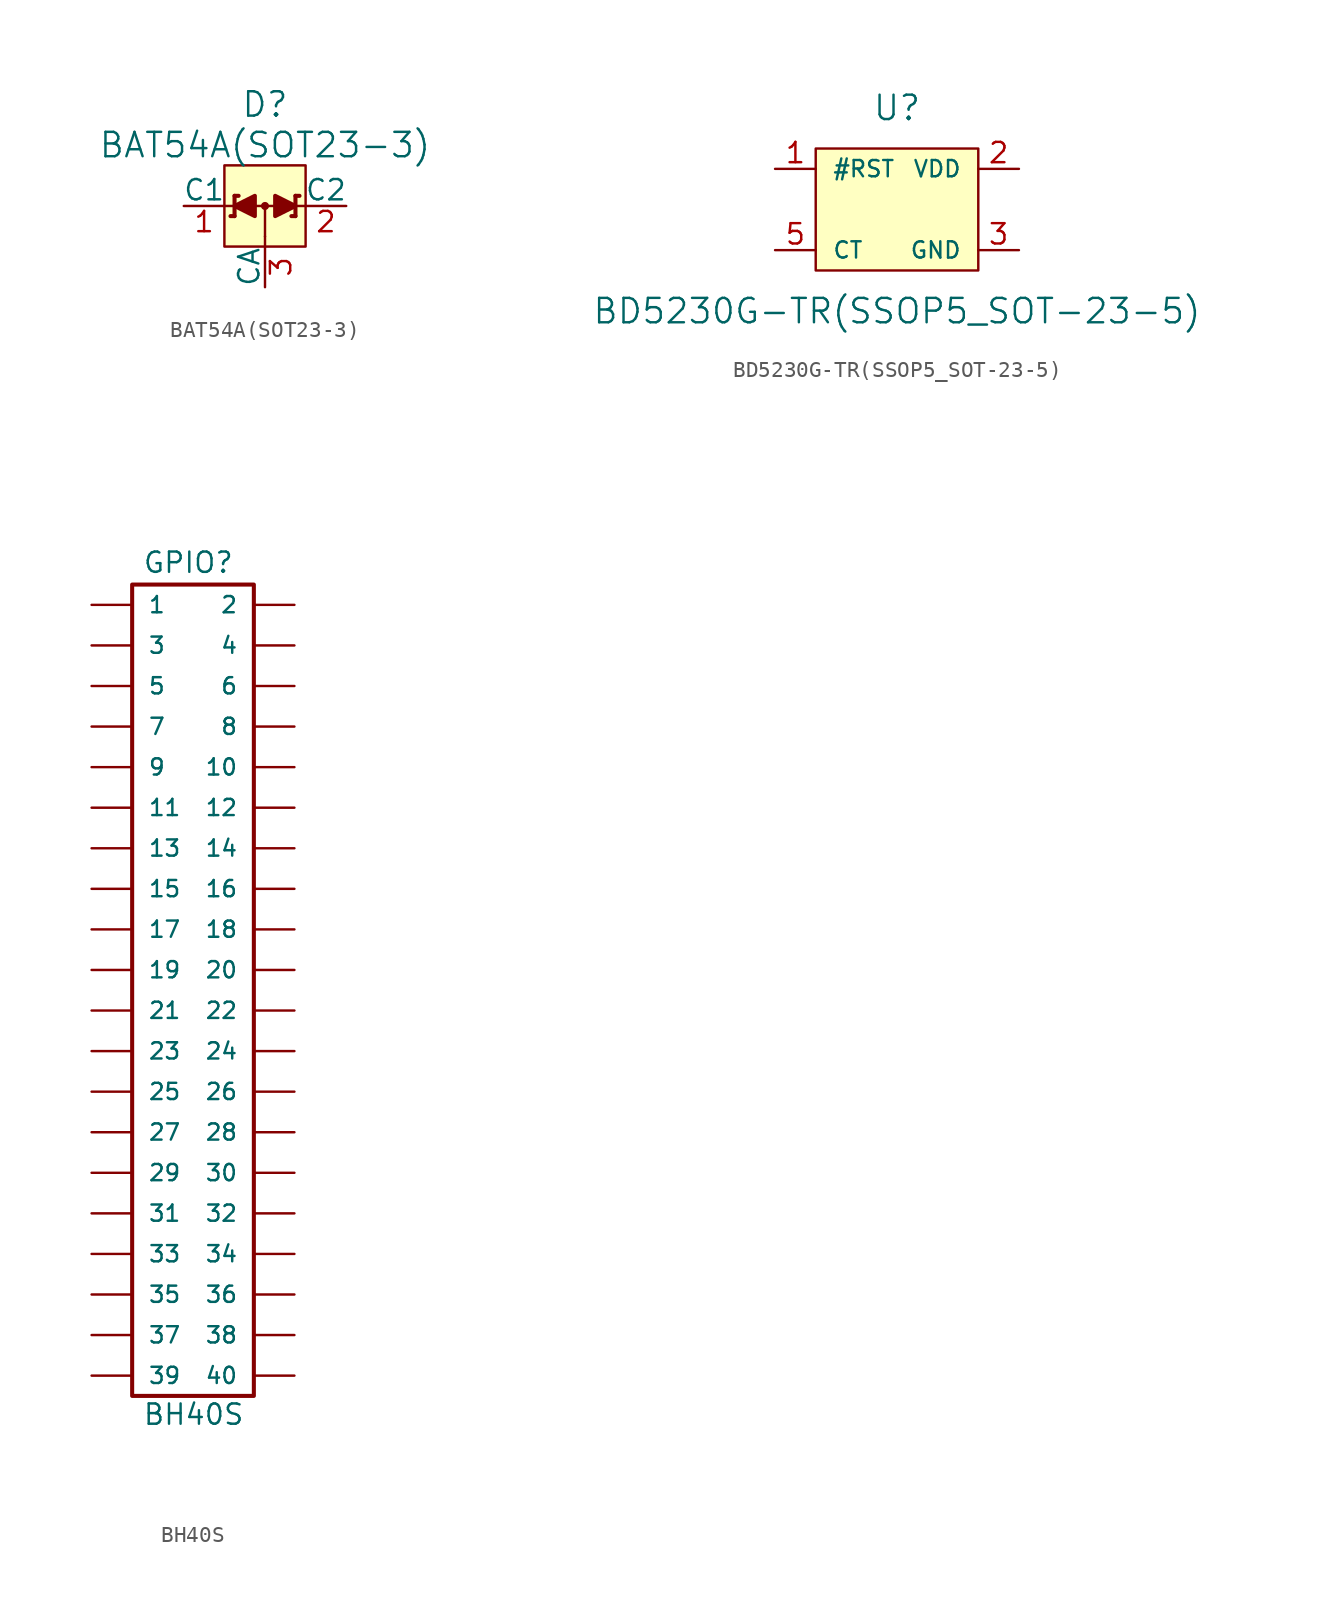
<source format=kicad_sym>
(kicad_symbol_lib
  (version 20231120)
  (generator "kicad_symbol_editor")
  (generator_version "8.0")
  (symbol "BAT54A(SOT23-3)"
    (pin_names
      (offset 0))
    (property "Reference" "D"
      (at 0 6.35 0)
      (effects (font (size 1.524 1.524))))
    (property "Value" "BAT54A(SOT23-3)"
      (at 0 3.81 0)
      (effects (font (size 1.524 1.524))))
    (symbol "BAT54A(SOT23-3)_0_1"
      (polyline (pts (xy -2.54 0) (xy 2.54 0)) (stroke (width 0) (type solid)) (fill (type none)))
      (polyline (pts (xy -1.905 -0.635) (xy -2.159 -0.635)) (stroke (width 0.254) (type solid)) (fill (type none)))
      (polyline (pts (xy -1.905 0.635) (xy -1.905 -0.635)) (stroke (width 0.254) (type solid)) (fill (type none)))
      (polyline (pts (xy -1.651 0.635) (xy -1.905 0.635)) (stroke (width 0.254) (type solid)) (fill (type none)))
      (polyline (pts (xy 0 -1.905) (xy 0 -2.54)) (stroke (width 0) (type solid)) (fill (type none)))
      (polyline (pts (xy 0 0) (xy 0 -1.905)) (stroke (width 0) (type solid)) (fill (type none)))
      (polyline (pts (xy 1.905 -0.635) (xy 1.651 -0.635)) (stroke (width 0.254) (type solid)) (fill (type none)))
      (polyline (pts (xy 1.905 0.635) (xy 1.905 -0.635)) (stroke (width 0.254) (type solid)) (fill (type none)))
      (polyline (pts (xy 2.159 0.635) (xy 1.905 0.635)) (stroke (width 0.254) (type solid)) (fill (type none)))
      (polyline (pts (xy -0.635 0.635) (xy -0.635 -0.635) (xy -1.905 0) (xy -0.635 0.635)) (stroke (width 0.254) (type solid)) (fill (type outline)))
      (polyline (pts (xy 0.635 0.635) (xy 0.635 -0.635) (xy 1.905 0) (xy 0.635 0.635)) (stroke (width 0.254) (type solid)) (fill (type outline)))
      (polyline (pts (xy -2.54 2.54) (xy 2.54 2.54) (xy 2.54 -2.54) (xy -2.54 -2.54) (xy -2.54 2.54)) (stroke (width 0) (type solid)) (fill (type background)))
      (circle (center 0 0) (radius 0.127) (stroke (width 0.254) (type solid)) (fill (type none))))
    (symbol "BAT54A(SOT23-3)_1_1"
      (pin passive line (at -5.08 0 0) (length 2.54) (name "C1" (effects (font (size 1.27 1.27)))) (number "1" (effects (font (size 1.27 1.27)))))
      (pin passive line (at 5.08 0 180) (length 2.54) (name "C2" (effects (font (size 1.27 1.27)))) (number "2" (effects (font (size 1.27 1.27)))))
      (pin passive line (at 0 -5.08 90) (length 2.54) (name "CA" (effects (font (size 1.27 1.27)))) (number "3" (effects (font (size 1.27 1.27)))))))
  (symbol "BD5230G-TR(SSOP5_SOT-23-5)"
    (pin_names
      (offset 1.016))
    (property "Reference" "U"
      (at 0 6.35 0)
      (effects (font (size 1.524 1.524))))
    (property "Value" "BD5230G-TR(SSOP5_SOT-23-5)"
      (at 0 -6.35 0)
      (effects (font (size 1.524 1.524))))
    (symbol "BD5230G-TR(SSOP5_SOT-23-5)_0_1"
      (rectangle (start -5.08 3.81) (end 5.08 -3.81) (stroke (width 0) (type solid)) (fill (type background))))
    (symbol "BD5230G-TR(SSOP5_SOT-23-5)_1_1"
      (pin open_collector line (at -7.62 2.54 0) (length 2.54) (name "#RST" (effects (font (size 1.016 1.016)))) (number "1" (effects (font (size 1.27 1.27)))))
      (pin power_in line (at 7.62 2.54 180) (length 2.54) (name "VDD" (effects (font (size 1.016 1.016)))) (number "2" (effects (font (size 1.27 1.27)))))
      (pin power_in line (at 7.62 -2.54 180) (length 2.54) (name "GND" (effects (font (size 1.016 1.016)))) (number "3" (effects (font (size 1.27 1.27)))))
      (pin passive line (at -7.62 -2.54 0) (length 2.54) (name "CT" (effects (font (size 1.016 1.016)))) (number "5" (effects (font (size 1.27 1.27)))))))
  (symbol "BH40S"
    (pin_numbers hide)
    (pin_names
      (offset 1.016))
    (property "Reference" "GPIO"
      (at -4.445 27.305 0)
      (effects (font (size 1.27 1.27)) (justify left bottom)))
    (property "Value" "BH40S"
      (at -4.445 -26.035 0)
      (effects (font (size 1.27 1.27)) (justify left bottom)))
    (property "Datasheet" ""
      (at 0 2.54 0)
      (effects (font (size 1.524 1.524))))
    (property "ki_locked" ""
      (at 0 0 0)
      (effects (font (size 1.27 1.27))))
    (symbol "BH40S_1_0"
      (rectangle (start 2.54 -24.13) (end -5.08 26.67) (stroke (width 0.254) (type solid)) (fill (type none))))
    (symbol "BH40S_1_1"
      (pin passive line (at -7.62 25.4 0) (length 2.489) (name "1" (effects (font (size 1.016 1.016)))) (number "1" (effects (font (size 1.016 1.016)))))
      (pin passive line (at 5.08 15.24 180) (length 2.489) (name "10" (effects (font (size 1.016 1.016)))) (number "10" (effects (font (size 1.016 1.016)))))
      (pin passive line (at -7.62 12.7 0) (length 2.489) (name "11" (effects (font (size 1.016 1.016)))) (number "11" (effects (font (size 1.016 1.016)))))
      (pin passive line (at 5.08 12.7 180) (length 2.489) (name "12" (effects (font (size 1.016 1.016)))) (number "12" (effects (font (size 1.016 1.016)))))
      (pin passive line (at -7.62 10.16 0) (length 2.489) (name "13" (effects (font (size 1.016 1.016)))) (number "13" (effects (font (size 1.016 1.016)))))
      (pin passive line (at 5.08 10.16 180) (length 2.489) (name "14" (effects (font (size 1.016 1.016)))) (number "14" (effects (font (size 1.016 1.016)))))
      (pin passive line (at -7.62 7.62 0) (length 2.489) (name "15" (effects (font (size 1.016 1.016)))) (number "15" (effects (font (size 1.016 1.016)))))
      (pin passive line (at 5.08 7.62 180) (length 2.489) (name "16" (effects (font (size 1.016 1.016)))) (number "16" (effects (font (size 1.016 1.016)))))
      (pin passive line (at -7.62 5.08 0) (length 2.489) (name "17" (effects (font (size 1.016 1.016)))) (number "17" (effects (font (size 1.016 1.016)))))
      (pin passive line (at 5.08 5.08 180) (length 2.489) (name "18" (effects (font (size 1.016 1.016)))) (number "18" (effects (font (size 1.016 1.016)))))
      (pin passive line (at -7.62 2.54 0) (length 2.489) (name "19" (effects (font (size 1.016 1.016)))) (number "19" (effects (font (size 1.016 1.016)))))
      (pin passive line (at 5.08 25.4 180) (length 2.489) (name "2" (effects (font (size 1.016 1.016)))) (number "2" (effects (font (size 1.016 1.016)))))
      (pin passive line (at 5.08 2.54 180) (length 2.489) (name "20" (effects (font (size 1.016 1.016)))) (number "20" (effects (font (size 1.016 1.016)))))
      (pin passive line (at -7.62 0 0) (length 2.489) (name "21" (effects (font (size 1.016 1.016)))) (number "21" (effects (font (size 1.016 1.016)))))
      (pin passive line (at 5.08 0 180) (length 2.489) (name "22" (effects (font (size 1.016 1.016)))) (number "22" (effects (font (size 1.016 1.016)))))
      (pin passive line (at -7.62 -2.54 0) (length 2.489) (name "23" (effects (font (size 1.016 1.016)))) (number "23" (effects (font (size 1.016 1.016)))))
      (pin passive line (at 5.08 -2.54 180) (length 2.489) (name "24" (effects (font (size 1.016 1.016)))) (number "24" (effects (font (size 1.016 1.016)))))
      (pin passive line (at -7.62 -5.08 0) (length 2.489) (name "25" (effects (font (size 1.016 1.016)))) (number "25" (effects (font (size 1.016 1.016)))))
      (pin passive line (at 5.08 -5.08 180) (length 2.489) (name "26" (effects (font (size 1.016 1.016)))) (number "26" (effects (font (size 1.016 1.016)))))
      (pin passive line (at -7.62 -7.62 0) (length 2.489) (name "27" (effects (font (size 1.016 1.016)))) (number "27" (effects (font (size 1.016 1.016)))))
      (pin passive line (at 5.08 -7.62 180) (length 2.489) (name "28" (effects (font (size 1.016 1.016)))) (number "28" (effects (font (size 1.016 1.016)))))
      (pin passive line (at -7.62 -10.16 0) (length 2.489) (name "29" (effects (font (size 1.016 1.016)))) (number "29" (effects (font (size 1.016 1.016)))))
      (pin passive line (at -7.62 22.86 0) (length 2.489) (name "3" (effects (font (size 1.016 1.016)))) (number "3" (effects (font (size 1.016 1.016)))))
      (pin passive line (at 5.08 -10.16 180) (length 2.489) (name "30" (effects (font (size 1.016 1.016)))) (number "30" (effects (font (size 1.016 1.016)))))
      (pin passive line (at -7.62 -12.7 0) (length 2.489) (name "31" (effects (font (size 1.016 1.016)))) (number "31" (effects (font (size 1.016 1.016)))))
      (pin passive line (at 5.08 -12.7 180) (length 2.489) (name "32" (effects (font (size 1.016 1.016)))) (number "32" (effects (font (size 1.016 1.016)))))
      (pin passive line (at -7.62 -15.24 0) (length 2.489) (name "33" (effects (font (size 1.016 1.016)))) (number "33" (effects (font (size 1.016 1.016)))))
      (pin passive line (at 5.08 -15.24 180) (length 2.489) (name "34" (effects (font (size 1.016 1.016)))) (number "34" (effects (font (size 1.016 1.016)))))
      (pin passive line (at -7.62 -17.78 0) (length 2.489) (name "35" (effects (font (size 1.016 1.016)))) (number "35" (effects (font (size 1.016 1.016)))))
      (pin passive line (at 5.08 -17.78 180) (length 2.489) (name "36" (effects (font (size 1.016 1.016)))) (number "36" (effects (font (size 1.016 1.016)))))
      (pin passive line (at -7.62 -20.32 0) (length 2.489) (name "37" (effects (font (size 1.016 1.016)))) (number "37" (effects (font (size 1.016 1.016)))))
      (pin passive line (at 5.08 -20.32 180) (length 2.489) (name "38" (effects (font (size 1.016 1.016)))) (number "38" (effects (font (size 1.016 1.016)))))
      (pin passive line (at -7.62 -22.86 0) (length 2.489) (name "39" (effects (font (size 1.016 1.016)))) (number "39" (effects (font (size 1.016 1.016)))))
      (pin passive line (at 5.08 22.86 180) (length 2.489) (name "4" (effects (font (size 1.016 1.016)))) (number "4" (effects (font (size 1.016 1.016)))))
      (pin passive line (at 5.08 -22.86 180) (length 2.489) (name "40" (effects (font (size 1.016 1.016)))) (number "40" (effects (font (size 1.016 1.016)))))
      (pin passive line (at -7.62 20.32 0) (length 2.489) (name "5" (effects (font (size 1.016 1.016)))) (number "5" (effects (font (size 1.016 1.016)))))
      (pin passive line (at 5.08 20.32 180) (length 2.489) (name "6" (effects (font (size 1.016 1.016)))) (number "6" (effects (font (size 1.016 1.016)))))
      (pin passive line (at -7.62 17.78 0) (length 2.489) (name "7" (effects (font (size 1.016 1.016)))) (number "7" (effects (font (size 1.016 1.016)))))
      (pin passive line (at 5.08 17.78 180) (length 2.489) (name "8" (effects (font (size 1.016 1.016)))) (number "8" (effects (font (size 1.016 1.016)))))
      (pin passive line (at -7.62 15.24 0) (length 2.489) (name "9" (effects (font (size 1.016 1.016)))) (number "9" (effects (font (size 1.016 1.016))))))))
</source>
